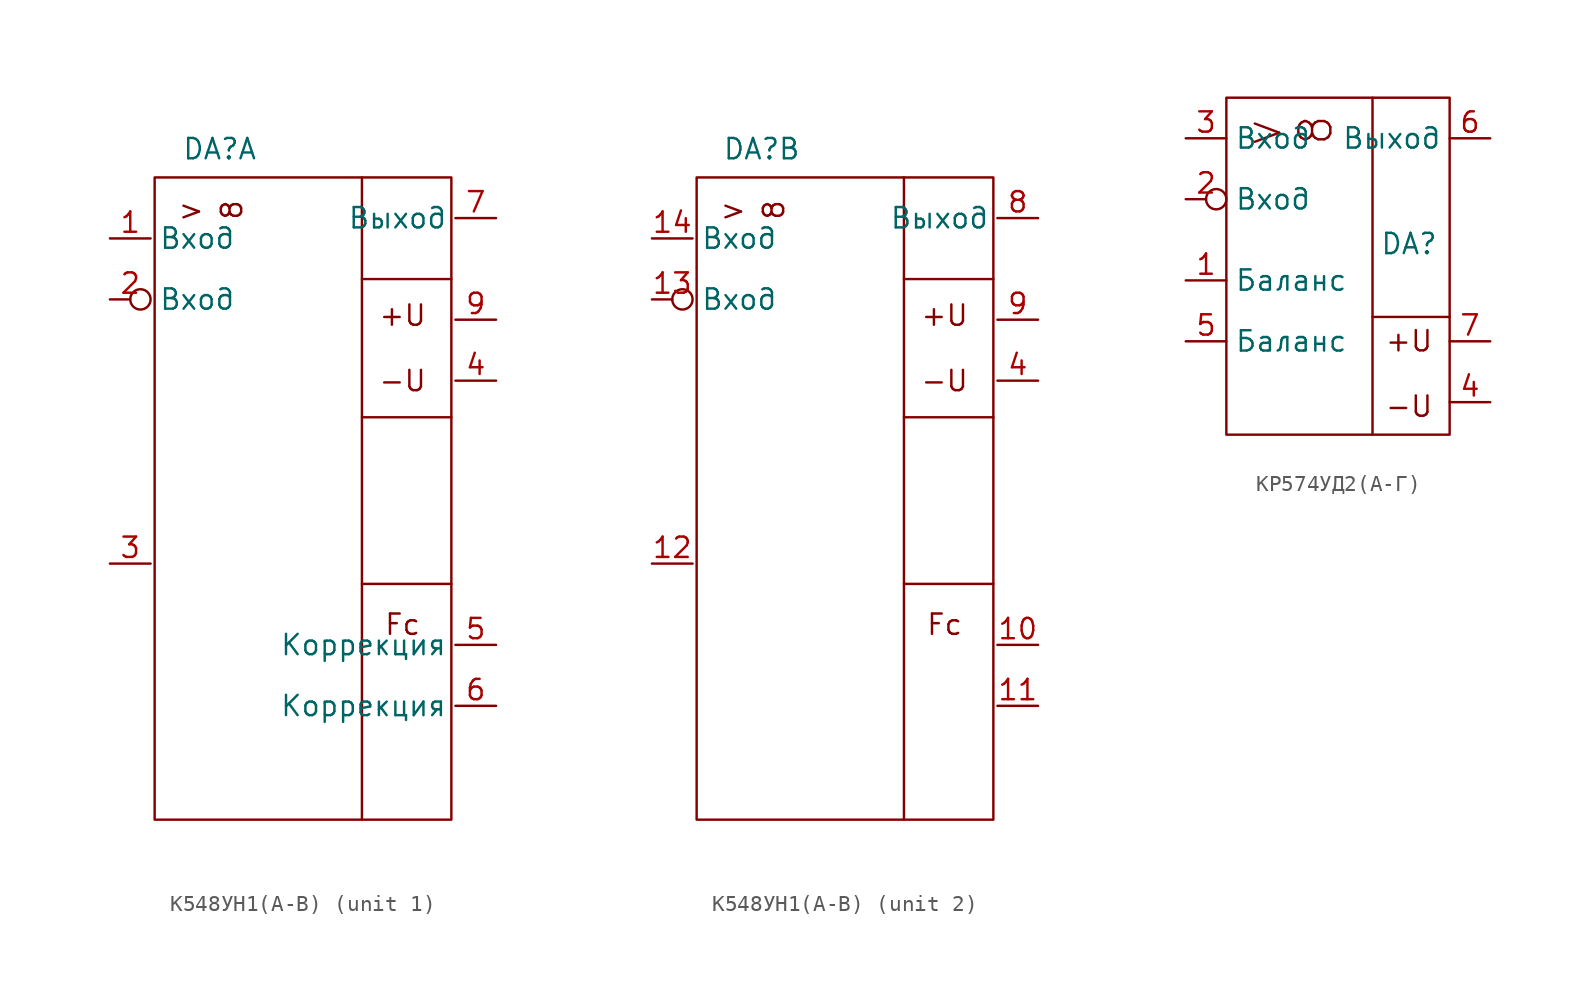
<source format=kicad_sym>
(kicad_symbol_lib
  (version 20231120)
  (generator "kicad_symbol_editor")
  (generator_version "8.0")
  (symbol "К548УН1(А-В)"
    (property "Reference" "DА"
      (at -4.572 20.828 0)
      (effects (font (size 1.27 1.27))))
    (property "Value" ""
      (at 0 13.97 0)
      (effects (font (size 1.27 1.27))))
    (symbol "К548УН1(А-В)_0_1"
      (rectangle (start -8.636 19.05) (end 9.906 -21.082) (stroke (width 0) (type default)) (fill (type none)))
      (polyline (pts (xy 4.318 -6.35) (xy 9.906 -6.35)) (stroke (width 0) (type default)) (fill (type none)))
      (polyline (pts (xy 4.318 4.064) (xy 9.906 4.064)) (stroke (width 0) (type default)) (fill (type none)))
      (polyline (pts (xy 4.318 12.7) (xy 9.906 12.7)) (stroke (width 0) (type default)) (fill (type none)))
      (polyline (pts (xy 4.318 19.05) (xy 4.318 -21.082)) (stroke (width 0) (type default)) (fill (type none)))
      (text "+U\n\n-U" (at 6.858 8.382 0) (effects (font (size 1.27 1.27))))
      (text "8" (at -3.81 17.018 900) (effects (font (size 1.27 1.27))))
      (text ">" (at -6.35 17.018 0) (effects (font (size 1.27 1.27))))
      (text "Fc" (at 6.858 -8.89 0) (effects (font (size 1.27 1.27))))
      (pin power_in line (at 12.7 6.35 180) (length 2.54) (name "" (effects (font (size 1.27 1.27)))) (number "4" (effects (font (size 1.27 1.27)))))
      (pin power_in line (at 12.7 10.16 180) (length 2.54) (name "" (effects (font (size 1.27 1.27)))) (number "9" (effects (font (size 1.27 1.27))))))
    (symbol "К548УН1(А-В)_1_1"
      (pin input line (at -11.43 15.24 0) (length 2.54) (name "Вход" (effects (font (size 1.27 1.27)))) (number "1" (effects (font (size 1.27 1.27)))))
      (pin input inverted (at -11.43 11.43 0) (length 2.54) (name "Вход" (effects (font (size 1.27 1.27)))) (number "2" (effects (font (size 1.27 1.27)))))
      (pin open_emitter line (at -11.43 -5.08 0) (length 2.54) (name "" (effects (font (size 1.27 1.27)))) (number "3" (effects (font (size 1.27 1.27)))))
      (pin passive line (at 12.7 -10.16 180) (length 2.54) (name "Коррекция" (effects (font (size 1.27 1.27)))) (number "5" (effects (font (size 1.27 1.27)))))
      (pin passive line (at 12.7 -13.97 180) (length 2.54) (name "Коррекция" (effects (font (size 1.27 1.27)))) (number "6" (effects (font (size 1.27 1.27)))))
      (pin output line (at 12.7 16.51 180) (length 2.54) (name "Выход" (effects (font (size 1.27 1.27)))) (number "7" (effects (font (size 1.27 1.27))))))
    (symbol "К548УН1(А-В)_2_1"
      (pin passive line (at 12.7 -10.16 180) (length 2.54) (name "" (effects (font (size 1.27 1.27)))) (number "10" (effects (font (size 1.27 1.27)))))
      (pin passive line (at 12.7 -13.97 180) (length 2.54) (name "" (effects (font (size 1.27 1.27)))) (number "11" (effects (font (size 1.27 1.27)))))
      (pin passive line (at -11.43 -5.08 0) (length 2.54) (name "" (effects (font (size 1.27 1.27)))) (number "12" (effects (font (size 1.27 1.27)))))
      (pin input inverted (at -11.43 11.43 0) (length 2.54) (name "Вход" (effects (font (size 1.27 1.27)))) (number "13" (effects (font (size 1.27 1.27)))))
      (pin input line (at -11.43 15.24 0) (length 2.54) (name "Вход" (effects (font (size 1.27 1.27)))) (number "14" (effects (font (size 1.27 1.27)))))
      (pin output line (at 12.7 16.51 180) (length 2.54) (name "Выход" (effects (font (size 1.27 1.27)))) (number "8" (effects (font (size 1.27 1.27)))))))
  (symbol "КР574УД2(А-Г)"
    (property "Reference" "DА"
      (at 3.81 6.096 0)
      (effects (font (size 1.27 1.27))))
    (property "Value" ""
      (at -3.81 10.16 0)
      (effects (font (size 1.27 1.27))))
    (symbol "КР574УД2(А-Г)_0_1"
      (rectangle (start -7.62 15.24) (end 6.35 -5.842) (stroke (width 0) (type default)) (fill (type none)))
      (polyline (pts (xy 1.524 1.524) (xy 6.35 1.524)) (stroke (width 0) (type default)) (fill (type none)))
      (polyline (pts (xy 1.524 15.24) (xy 1.524 -5.842)) (stroke (width 0) (type default)) (fill (type none))))
    (symbol "КР574УД2(А-Г)_1_1"
      (text "+U\n\n-U" (at 3.81 -2.032 0) (effects (font (size 1.27 1.27))))
      (text "8" (at -2.032 13.208 900) (effects (font (size 2 2))))
      (text ">" (at -5.08 13.208 0) (effects (font (size 2 2))))
      (pin passive line (at -10.16 3.81 0) (length 2.54) (name "Баланс" (effects (font (size 1.27 1.27)))) (number "1" (effects (font (size 1.27 1.27)))))
      (pin input inverted (at -10.16 8.89 0) (length 2.54) (name "Вход" (effects (font (size 1.27 1.27)))) (number "2" (effects (font (size 1.27 1.27)))))
      (pin input line (at -10.16 12.7 0) (length 2.54) (name "Вход" (effects (font (size 1.27 1.27)))) (number "3" (effects (font (size 1.27 1.27)))))
      (pin power_in line (at 8.89 -3.81 180) (length 2.54) (name "" (effects (font (size 1.27 1.27)))) (number "4" (effects (font (size 1.27 1.27)))))
      (pin passive line (at -10.16 0 0) (length 2.54) (name "Баланс" (effects (font (size 1.27 1.27)))) (number "5" (effects (font (size 1.27 1.27)))))
      (pin output line (at 8.89 12.7 180) (length 2.54) (name "Выход" (effects (font (size 1.27 1.27)))) (number "6" (effects (font (size 1.27 1.27)))))
      (pin power_in line (at 8.89 0 180) (length 2.54) (name "" (effects (font (size 1.27 1.27)))) (number "7" (effects (font (size 1.27 1.27))))))))
</source>
